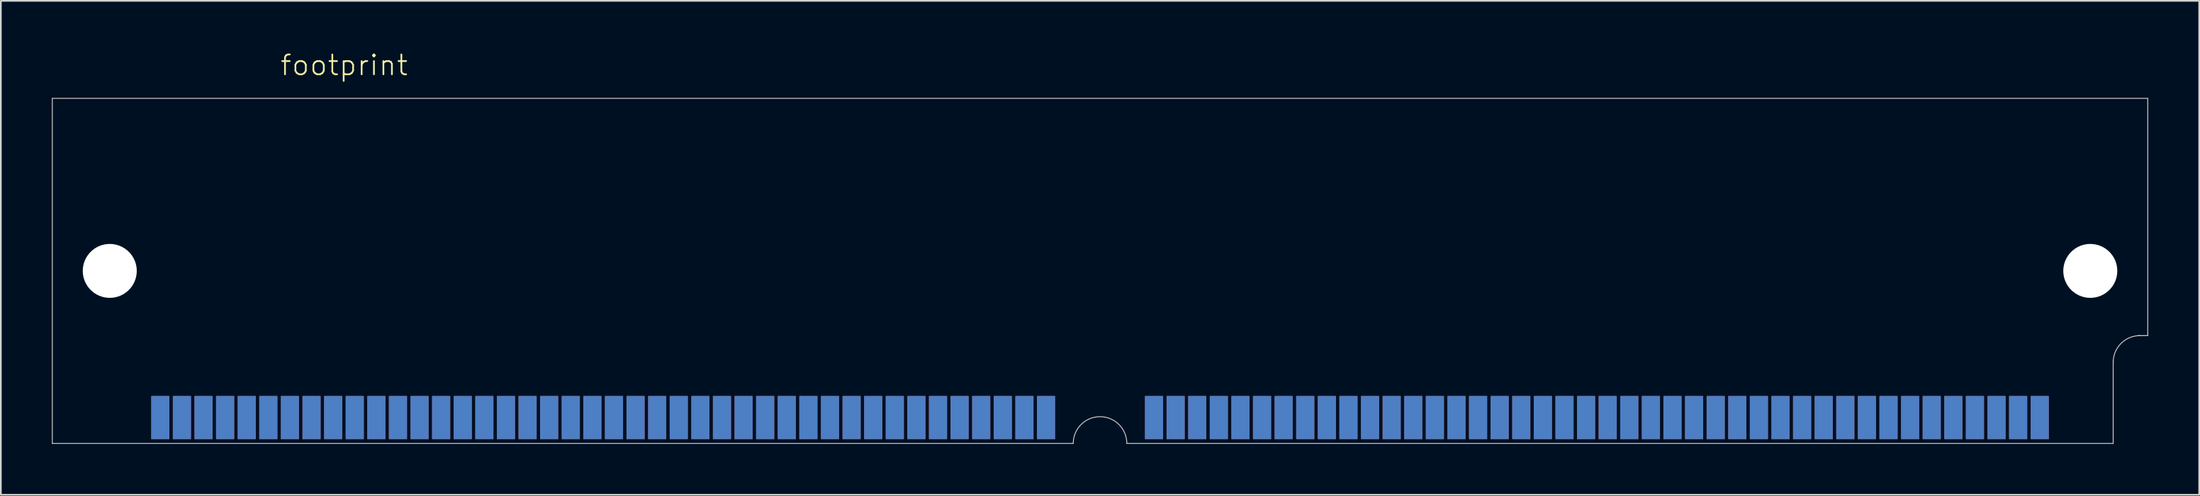
<source format=kicad_pcb>
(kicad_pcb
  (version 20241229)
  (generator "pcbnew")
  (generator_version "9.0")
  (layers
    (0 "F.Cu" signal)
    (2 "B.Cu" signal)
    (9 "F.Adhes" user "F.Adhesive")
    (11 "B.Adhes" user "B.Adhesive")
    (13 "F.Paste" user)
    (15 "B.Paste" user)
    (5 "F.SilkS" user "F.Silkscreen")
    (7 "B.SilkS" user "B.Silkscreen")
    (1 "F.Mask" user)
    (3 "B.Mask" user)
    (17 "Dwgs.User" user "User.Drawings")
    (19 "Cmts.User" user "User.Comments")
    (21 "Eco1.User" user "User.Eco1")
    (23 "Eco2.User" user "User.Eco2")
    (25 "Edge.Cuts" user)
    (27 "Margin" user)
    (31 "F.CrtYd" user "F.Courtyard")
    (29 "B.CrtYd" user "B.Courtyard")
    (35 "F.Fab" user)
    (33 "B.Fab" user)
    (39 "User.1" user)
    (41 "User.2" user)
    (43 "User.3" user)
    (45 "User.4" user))
  (footprint "footprint"
    (layer "F.Cu")
    (at 61.62 12.903)
    (property "Reference" "footprint" (at -48.26 -11.43 0) (layer "F.SilkS") (effects (font (size 1.168 1.168) (thickness 0.102)) (justify left bottom)))
    (fp_line (start -61.595 -10.16) (end -61.595 10.16) (stroke (width 0.05) (type solid)) (layer "Edge.Cuts"))
    (fp_line (start -61.595 10.16) (end -1.575 10.16) (stroke (width 0.05) (type solid)) (layer "Edge.Cuts"))
    (fp_line (start 1.575 10.16) (end 59.563 10.16) (stroke (width 0.05) (type solid)) (layer "Edge.Cuts"))
    (fp_line (start 59.563 10.16) (end 59.563 5.309) (stroke (width 0.05) (type solid)) (layer "Edge.Cuts"))
    (fp_line (start 61.595 -10.16) (end -61.595 -10.16) (stroke (width 0.05) (type solid)) (layer "Edge.Cuts"))
    (fp_line (start 61.595 3.81) (end 61.036 3.81) (stroke (width 0.05) (type solid)) (layer "Edge.Cuts"))
    (fp_line (start 61.595 3.81) (end 61.595 -10.16) (stroke (width 0.05) (type solid)) (layer "Edge.Cuts"))
    (fp_arc (start -1.5748 10.16) (mid 0 8.5852) (end 1.5748 10.16) (stroke (width 0.05) (type solid)) (layer "Edge.Cuts"))
    (fp_arc (start 59.563 5.3848) (mid 60.024248 4.271248) (end 61.1378 3.81) (stroke (width 0.05) (type solid)) (layer "Edge.Cuts"))
    (pad "" np_thru_hole circle (at -58.217 0) (size 3.175 3.175) (drill 3.175) (layers "*.Cu" "*.Mask"))
    (pad "" np_thru_hole circle (at 58.217 0) (size 3.175 3.175) (drill 3.175) (layers "*.Cu" "*.Mask"))
    (pad "1" smd rect (at 55.245 8.636) (size 1.067 2.54) (layers "F.Cu" "F.Mask" "F.Paste"))
    (pad "2" smd rect (at 53.975 8.636) (size 1.067 2.54) (layers "F.Cu" "F.Mask" "F.Paste"))
    (pad "3" smd rect (at 52.705 8.636) (size 1.067 2.54) (layers "F.Cu" "F.Mask" "F.Paste"))
    (pad "4" smd rect (at 51.435 8.636) (size 1.067 2.54) (layers "F.Cu" "F.Mask" "F.Paste"))
    (pad "5" smd rect (at 50.165 8.636) (size 1.067 2.54) (layers "F.Cu" "F.Mask" "F.Paste"))
    (pad "6" smd rect (at 48.895 8.636) (size 1.067 2.54) (layers "F.Cu" "F.Mask" "F.Paste"))
    (pad "7" smd rect (at 47.625 8.636) (size 1.067 2.54) (layers "F.Cu" "F.Mask" "F.Paste"))
    (pad "8" smd rect (at 46.355 8.636) (size 1.067 2.54) (layers "F.Cu" "F.Mask" "F.Paste"))
    (pad "9" smd rect (at 45.085 8.636) (size 1.067 2.54) (layers "F.Cu" "F.Mask" "F.Paste"))
    (pad "10" smd rect (at 43.815 8.636) (size 1.067 2.54) (layers "F.Cu" "F.Mask" "F.Paste"))
    (pad "11" smd rect (at 42.545 8.636) (size 1.067 2.54) (layers "F.Cu" "F.Mask" "F.Paste"))
    (pad "12" smd rect (at 41.275 8.636) (size 1.067 2.54) (layers "F.Cu" "F.Mask" "F.Paste"))
    (pad "13" smd rect (at 40.005 8.636) (size 1.067 2.54) (layers "F.Cu" "F.Mask" "F.Paste"))
    (pad "14" smd rect (at 38.735 8.636) (size 1.067 2.54) (layers "F.Cu" "F.Mask" "F.Paste"))
    (pad "15" smd rect (at 37.465 8.636) (size 1.067 2.54) (layers "F.Cu" "F.Mask" "F.Paste"))
    (pad "16" smd rect (at 36.195 8.636) (size 1.067 2.54) (layers "F.Cu" "F.Mask" "F.Paste"))
    (pad "17" smd rect (at 34.925 8.636) (size 1.067 2.54) (layers "F.Cu" "F.Mask" "F.Paste"))
    (pad "18" smd rect (at 33.655 8.636) (size 1.067 2.54) (layers "F.Cu" "F.Mask" "F.Paste"))
    (pad "19" smd rect (at 32.385 8.636) (size 1.067 2.54) (layers "F.Cu" "F.Mask" "F.Paste"))
    (pad "20" smd rect (at 31.115 8.636) (size 1.067 2.54) (layers "F.Cu" "F.Mask" "F.Paste"))
    (pad "21" smd rect (at 29.845 8.636) (size 1.067 2.54) (layers "F.Cu" "F.Mask" "F.Paste"))
    (pad "22" smd rect (at 28.575 8.636) (size 1.067 2.54) (layers "F.Cu" "F.Mask" "F.Paste"))
    (pad "23" smd rect (at 27.305 8.636) (size 1.067 2.54) (layers "F.Cu" "F.Mask" "F.Paste"))
    (pad "24" smd rect (at 26.035 8.636) (size 1.067 2.54) (layers "F.Cu" "F.Mask" "F.Paste"))
    (pad "25" smd rect (at 24.765 8.636) (size 1.067 2.54) (layers "F.Cu" "F.Mask" "F.Paste"))
    (pad "26" smd rect (at 23.495 8.636) (size 1.067 2.54) (layers "F.Cu" "F.Mask" "F.Paste"))
    (pad "27" smd rect (at 22.225 8.636) (size 1.067 2.54) (layers "F.Cu" "F.Mask" "F.Paste"))
    (pad "28" smd rect (at 20.955 8.636) (size 1.067 2.54) (layers "F.Cu" "F.Mask" "F.Paste"))
    (pad "29" smd rect (at 19.685 8.636) (size 1.067 2.54) (layers "F.Cu" "F.Mask" "F.Paste"))
    (pad "30" smd rect (at 18.415 8.636) (size 1.067 2.54) (layers "F.Cu" "F.Mask" "F.Paste"))
    (pad "31" smd rect (at 17.145 8.636) (size 1.067 2.54) (layers "F.Cu" "F.Mask" "F.Paste"))
    (pad "32" smd rect (at 15.875 8.636) (size 1.067 2.54) (layers "F.Cu" "F.Mask" "F.Paste"))
    (pad "33" smd rect (at 14.605 8.636) (size 1.067 2.54) (layers "F.Cu" "F.Mask" "F.Paste"))
    (pad "34" smd rect (at 13.335 8.636) (size 1.067 2.54) (layers "F.Cu" "F.Mask" "F.Paste"))
    (pad "35" smd rect (at 12.065 8.636) (size 1.067 2.54) (layers "F.Cu" "F.Mask" "F.Paste"))
    (pad "36" smd rect (at 10.795 8.636) (size 1.067 2.54) (layers "F.Cu" "F.Mask" "F.Paste"))
    (pad "37" smd rect (at 9.525 8.636) (size 1.067 2.54) (layers "F.Cu" "F.Mask" "F.Paste"))
    (pad "38" smd rect (at 8.255 8.636) (size 1.067 2.54) (layers "F.Cu" "F.Mask" "F.Paste"))
    (pad "39" smd rect (at 6.985 8.636) (size 1.067 2.54) (layers "F.Cu" "F.Mask" "F.Paste"))
    (pad "40" smd rect (at 5.715 8.636) (size 1.067 2.54) (layers "F.Cu" "F.Mask" "F.Paste"))
    (pad "41" smd rect (at 4.445 8.636) (size 1.067 2.54) (layers "F.Cu" "F.Mask" "F.Paste"))
    (pad "42" smd rect (at 3.175 8.636) (size 1.067 2.54) (layers "F.Cu" "F.Mask" "F.Paste"))
    (pad "43" smd rect (at -3.175 8.636) (size 1.067 2.54) (layers "F.Cu" "F.Mask" "F.Paste"))
    (pad "44" smd rect (at -4.445 8.636) (size 1.067 2.54) (layers "F.Cu" "F.Mask" "F.Paste"))
    (pad "45" smd rect (at -5.715 8.636) (size 1.067 2.54) (layers "F.Cu" "F.Mask" "F.Paste"))
    (pad "46" smd rect (at -6.985 8.636) (size 1.067 2.54) (layers "F.Cu" "F.Mask" "F.Paste"))
    (pad "47" smd rect (at -8.255 8.636) (size 1.067 2.54) (layers "F.Cu" "F.Mask" "F.Paste"))
    (pad "48" smd rect (at -9.525 8.636) (size 1.067 2.54) (layers "F.Cu" "F.Mask" "F.Paste"))
    (pad "49" smd rect (at -10.795 8.636) (size 1.067 2.54) (layers "F.Cu" "F.Mask" "F.Paste"))
    (pad "50" smd rect (at -12.065 8.636) (size 1.067 2.54) (layers "F.Cu" "F.Mask" "F.Paste"))
    (pad "51" smd rect (at -13.335 8.636) (size 1.067 2.54) (layers "F.Cu" "F.Mask" "F.Paste"))
    (pad "52" smd rect (at -14.605 8.636) (size 1.067 2.54) (layers "F.Cu" "F.Mask" "F.Paste"))
    (pad "53" smd rect (at -15.875 8.636) (size 1.067 2.54) (layers "F.Cu" "F.Mask" "F.Paste"))
    (pad "54" smd rect (at -17.145 8.636) (size 1.067 2.54) (layers "F.Cu" "F.Mask" "F.Paste"))
    (pad "55" smd rect (at -18.415 8.636) (size 1.067 2.54) (layers "F.Cu" "F.Mask" "F.Paste"))
    (pad "56" smd rect (at -19.685 8.636) (size 1.067 2.54) (layers "F.Cu" "F.Mask" "F.Paste"))
    (pad "57" smd rect (at -20.955 8.636) (size 1.067 2.54) (layers "F.Cu" "F.Mask" "F.Paste"))
    (pad "58" smd rect (at -22.225 8.636) (size 1.067 2.54) (layers "F.Cu" "F.Mask" "F.Paste"))
    (pad "59" smd rect (at -23.495 8.636) (size 1.067 2.54) (layers "F.Cu" "F.Mask" "F.Paste"))
    (pad "60" smd rect (at -24.765 8.636) (size 1.067 2.54) (layers "F.Cu" "F.Mask" "F.Paste"))
    (pad "61" smd rect (at -26.035 8.636) (size 1.067 2.54) (layers "F.Cu" "F.Mask" "F.Paste"))
    (pad "62" smd rect (at -27.305 8.636) (size 1.067 2.54) (layers "F.Cu" "F.Mask" "F.Paste"))
    (pad "63" smd rect (at -28.575 8.636) (size 1.067 2.54) (layers "F.Cu" "F.Mask" "F.Paste"))
    (pad "64" smd rect (at -29.845 8.636) (size 1.067 2.54) (layers "F.Cu" "F.Mask" "F.Paste"))
    (pad "65" smd rect (at -31.115 8.636) (size 1.067 2.54) (layers "F.Cu" "F.Mask" "F.Paste"))
    (pad "66" smd rect (at -32.385 8.636) (size 1.067 2.54) (layers "F.Cu" "F.Mask" "F.Paste"))
    (pad "67" smd rect (at -33.655 8.636) (size 1.067 2.54) (layers "F.Cu" "F.Mask" "F.Paste"))
    (pad "68" smd rect (at -34.925 8.636) (size 1.067 2.54) (layers "F.Cu" "F.Mask" "F.Paste"))
    (pad "69" smd rect (at -36.195 8.636) (size 1.067 2.54) (layers "F.Cu" "F.Mask" "F.Paste"))
    (pad "70" smd rect (at -37.465 8.636) (size 1.067 2.54) (layers "F.Cu" "F.Mask" "F.Paste"))
    (pad "71" smd rect (at -38.735 8.636) (size 1.067 2.54) (layers "F.Cu" "F.Mask" "F.Paste"))
    (pad "72" smd rect (at -40.005 8.636) (size 1.067 2.54) (layers "F.Cu" "F.Mask" "F.Paste"))
    (pad "73" smd rect (at -41.275 8.636) (size 1.067 2.54) (layers "F.Cu" "F.Mask" "F.Paste"))
    (pad "74" smd rect (at -42.545 8.636) (size 1.067 2.54) (layers "F.Cu" "F.Mask" "F.Paste"))
    (pad "75" smd rect (at -43.815 8.636) (size 1.067 2.54) (layers "F.Cu" "F.Mask" "F.Paste"))
    (pad "76" smd rect (at -45.085 8.636) (size 1.067 2.54) (layers "F.Cu" "F.Mask" "F.Paste"))
    (pad "77" smd rect (at -46.355 8.636) (size 1.067 2.54) (layers "F.Cu" "F.Mask" "F.Paste"))
    (pad "78" smd rect (at -47.625 8.636) (size 1.067 2.54) (layers "F.Cu" "F.Mask" "F.Paste"))
    (pad "79" smd rect (at -48.895 8.636) (size 1.067 2.54) (layers "F.Cu" "F.Mask" "F.Paste"))
    (pad "80" smd rect (at -50.165 8.636) (size 1.067 2.54) (layers "F.Cu" "F.Mask" "F.Paste"))
    (pad "81" smd rect (at -51.435 8.636) (size 1.067 2.54) (layers "F.Cu" "F.Mask" "F.Paste"))
    (pad "82" smd rect (at -52.705 8.636) (size 1.067 2.54) (layers "F.Cu" "F.Mask" "F.Paste"))
    (pad "83" smd rect (at -53.975 8.636) (size 1.067 2.54) (layers "F.Cu" "F.Mask" "F.Paste"))
    (pad "84" smd rect (at -55.245 8.636) (size 1.067 2.54) (layers "F.Cu" "F.Mask" "F.Paste"))
    (pad "85" smd rect (at 55.245 8.636) (size 1.067 2.54) (layers "B.Cu" "B.Mask" "B.Paste"))
    (pad "86" smd rect (at 53.975 8.636) (size 1.067 2.54) (layers "B.Cu" "B.Mask" "B.Paste"))
    (pad "87" smd rect (at 52.705 8.636) (size 1.067 2.54) (layers "B.Cu" "B.Mask" "B.Paste"))
    (pad "88" smd rect (at 51.435 8.636) (size 1.067 2.54) (layers "B.Cu" "B.Mask" "B.Paste"))
    (pad "89" smd rect (at 50.165 8.636) (size 1.067 2.54) (layers "B.Cu" "B.Mask" "B.Paste"))
    (pad "90" smd rect (at 48.895 8.636) (size 1.067 2.54) (layers "B.Cu" "B.Mask" "B.Paste"))
    (pad "91" smd rect (at 47.625 8.636) (size 1.067 2.54) (layers "B.Cu" "B.Mask" "B.Paste"))
    (pad "92" smd rect (at 46.355 8.636) (size 1.067 2.54) (layers "B.Cu" "B.Mask" "B.Paste"))
    (pad "93" smd rect (at 45.085 8.636) (size 1.067 2.54) (layers "B.Cu" "B.Mask" "B.Paste"))
    (pad "94" smd rect (at 43.815 8.636) (size 1.067 2.54) (layers "B.Cu" "B.Mask" "B.Paste"))
    (pad "95" smd rect (at 42.545 8.636) (size 1.067 2.54) (layers "B.Cu" "B.Mask" "B.Paste"))
    (pad "96" smd rect (at 41.275 8.636) (size 1.067 2.54) (layers "B.Cu" "B.Mask" "B.Paste"))
    (pad "97" smd rect (at 40.005 8.636) (size 1.067 2.54) (layers "B.Cu" "B.Mask" "B.Paste"))
    (pad "98" smd rect (at 38.735 8.636) (size 1.067 2.54) (layers "B.Cu" "B.Mask" "B.Paste"))
    (pad "99" smd rect (at 37.465 8.636) (size 1.067 2.54) (layers "B.Cu" "B.Mask" "B.Paste"))
    (pad "100" smd rect (at 36.195 8.636) (size 1.067 2.54) (layers "B.Cu" "B.Mask" "B.Paste"))
    (pad "101" smd rect (at 34.925 8.636) (size 1.067 2.54) (layers "B.Cu" "B.Mask" "B.Paste"))
    (pad "102" smd rect (at 33.655 8.636) (size 1.067 2.54) (layers "B.Cu" "B.Mask" "B.Paste"))
    (pad "103" smd rect (at 32.385 8.636) (size 1.067 2.54) (layers "B.Cu" "B.Mask" "B.Paste"))
    (pad "104" smd rect (at 31.115 8.636) (size 1.067 2.54) (layers "B.Cu" "B.Mask" "B.Paste"))
    (pad "105" smd rect (at 29.845 8.636) (size 1.067 2.54) (layers "B.Cu" "B.Mask" "B.Paste"))
    (pad "106" smd rect (at 28.575 8.636) (size 1.067 2.54) (layers "B.Cu" "B.Mask" "B.Paste"))
    (pad "107" smd rect (at 27.305 8.636) (size 1.067 2.54) (layers "B.Cu" "B.Mask" "B.Paste"))
    (pad "108" smd rect (at 26.035 8.636) (size 1.067 2.54) (layers "B.Cu" "B.Mask" "B.Paste"))
    (pad "109" smd rect (at 24.765 8.636) (size 1.067 2.54) (layers "B.Cu" "B.Mask" "B.Paste"))
    (pad "110" smd rect (at 23.495 8.636) (size 1.067 2.54) (layers "B.Cu" "B.Mask" "B.Paste"))
    (pad "111" smd rect (at 22.225 8.636) (size 1.067 2.54) (layers "B.Cu" "B.Mask" "B.Paste"))
    (pad "112" smd rect (at 20.955 8.636) (size 1.067 2.54) (layers "B.Cu" "B.Mask" "B.Paste"))
    (pad "113" smd rect (at 19.685 8.636) (size 1.067 2.54) (layers "B.Cu" "B.Mask" "B.Paste"))
    (pad "114" smd rect (at 18.415 8.636) (size 1.067 2.54) (layers "B.Cu" "B.Mask" "B.Paste"))
    (pad "115" smd rect (at 17.145 8.636) (size 1.067 2.54) (layers "B.Cu" "B.Mask" "B.Paste"))
    (pad "116" smd rect (at 15.875 8.636) (size 1.067 2.54) (layers "B.Cu" "B.Mask" "B.Paste"))
    (pad "117" smd rect (at 14.605 8.636) (size 1.067 2.54) (layers "B.Cu" "B.Mask" "B.Paste"))
    (pad "118" smd rect (at 13.335 8.636) (size 1.067 2.54) (layers "B.Cu" "B.Mask" "B.Paste"))
    (pad "119" smd rect (at 12.065 8.636) (size 1.067 2.54) (layers "B.Cu" "B.Mask" "B.Paste"))
    (pad "120" smd rect (at 10.795 8.636) (size 1.067 2.54) (layers "B.Cu" "B.Mask" "B.Paste"))
    (pad "121" smd rect (at 9.525 8.636) (size 1.067 2.54) (layers "B.Cu" "B.Mask" "B.Paste"))
    (pad "122" smd rect (at 8.255 8.636) (size 1.067 2.54) (layers "B.Cu" "B.Mask" "B.Paste"))
    (pad "123" smd rect (at 6.985 8.636) (size 1.067 2.54) (layers "B.Cu" "B.Mask" "B.Paste"))
    (pad "124" smd rect (at 5.715 8.636) (size 1.067 2.54) (layers "B.Cu" "B.Mask" "B.Paste"))
    (pad "125" smd rect (at 4.445 8.636) (size 1.067 2.54) (layers "B.Cu" "B.Mask" "B.Paste"))
    (pad "126" smd rect (at 3.175 8.636) (size 1.067 2.54) (layers "B.Cu" "B.Mask" "B.Paste"))
    (pad "127" smd rect (at -3.175 8.636) (size 1.067 2.54) (layers "B.Cu" "B.Mask" "B.Paste"))
    (pad "128" smd rect (at -4.445 8.636) (size 1.067 2.54) (layers "B.Cu" "B.Mask" "B.Paste"))
    (pad "129" smd rect (at -5.715 8.636) (size 1.067 2.54) (layers "B.Cu" "B.Mask" "B.Paste"))
    (pad "130" smd rect (at -6.985 8.636) (size 1.067 2.54) (layers "B.Cu" "B.Mask" "B.Paste"))
    (pad "131" smd rect (at -8.255 8.636) (size 1.067 2.54) (layers "B.Cu" "B.Mask" "B.Paste"))
    (pad "132" smd rect (at -9.525 8.636) (size 1.067 2.54) (layers "B.Cu" "B.Mask" "B.Paste"))
    (pad "133" smd rect (at -10.795 8.636) (size 1.067 2.54) (layers "B.Cu" "B.Mask" "B.Paste"))
    (pad "134" smd rect (at -12.065 8.636) (size 1.067 2.54) (layers "B.Cu" "B.Mask" "B.Paste"))
    (pad "135" smd rect (at -13.335 8.636) (size 1.067 2.54) (layers "B.Cu" "B.Mask" "B.Paste"))
    (pad "136" smd rect (at -14.605 8.636) (size 1.067 2.54) (layers "B.Cu" "B.Mask" "B.Paste"))
    (pad "137" smd rect (at -15.875 8.636) (size 1.067 2.54) (layers "B.Cu" "B.Mask" "B.Paste"))
    (pad "138" smd rect (at -17.145 8.636) (size 1.067 2.54) (layers "B.Cu" "B.Mask" "B.Paste"))
    (pad "139" smd rect (at -18.415 8.636) (size 1.067 2.54) (layers "B.Cu" "B.Mask" "B.Paste"))
    (pad "140" smd rect (at -19.685 8.636) (size 1.067 2.54) (layers "B.Cu" "B.Mask" "B.Paste"))
    (pad "141" smd rect (at -20.955 8.636) (size 1.067 2.54) (layers "B.Cu" "B.Mask" "B.Paste"))
    (pad "142" smd rect (at -22.225 8.636) (size 1.067 2.54) (layers "B.Cu" "B.Mask" "B.Paste"))
    (pad "143" smd rect (at -23.495 8.636) (size 1.067 2.54) (layers "B.Cu" "B.Mask" "B.Paste"))
    (pad "144" smd rect (at -24.765 8.636) (size 1.067 2.54) (layers "B.Cu" "B.Mask" "B.Paste"))
    (pad "145" smd rect (at -26.035 8.636) (size 1.067 2.54) (layers "B.Cu" "B.Mask" "B.Paste"))
    (pad "146" smd rect (at -27.305 8.636) (size 1.067 2.54) (layers "B.Cu" "B.Mask" "B.Paste"))
    (pad "147" smd rect (at -28.575 8.636) (size 1.067 2.54) (layers "B.Cu" "B.Mask" "B.Paste"))
    (pad "148" smd rect (at -29.845 8.636) (size 1.067 2.54) (layers "B.Cu" "B.Mask" "B.Paste"))
    (pad "149" smd rect (at -31.115 8.636) (size 1.067 2.54) (layers "B.Cu" "B.Mask" "B.Paste"))
    (pad "150" smd rect (at -32.385 8.636) (size 1.067 2.54) (layers "B.Cu" "B.Mask" "B.Paste"))
    (pad "151" smd rect (at -33.655 8.636) (size 1.067 2.54) (layers "B.Cu" "B.Mask" "B.Paste"))
    (pad "152" smd rect (at -34.925 8.636) (size 1.067 2.54) (layers "B.Cu" "B.Mask" "B.Paste"))
    (pad "153" smd rect (at -36.195 8.636) (size 1.067 2.54) (layers "B.Cu" "B.Mask" "B.Paste"))
    (pad "154" smd rect (at -37.465 8.636) (size 1.067 2.54) (layers "B.Cu" "B.Mask" "B.Paste"))
    (pad "155" smd rect (at -38.735 8.636) (size 1.067 2.54) (layers "B.Cu" "B.Mask" "B.Paste"))
    (pad "156" smd rect (at -40.005 8.636) (size 1.067 2.54) (layers "B.Cu" "B.Mask" "B.Paste"))
    (pad "157" smd rect (at -41.275 8.636) (size 1.067 2.54) (layers "B.Cu" "B.Mask" "B.Paste"))
    (pad "158" smd rect (at -42.545 8.636) (size 1.067 2.54) (layers "B.Cu" "B.Mask" "B.Paste"))
    (pad "159" smd rect (at -43.815 8.636) (size 1.067 2.54) (layers "B.Cu" "B.Mask" "B.Paste"))
    (pad "160" smd rect (at -45.085 8.636) (size 1.067 2.54) (layers "B.Cu" "B.Mask" "B.Paste"))
    (pad "161" smd rect (at -46.355 8.636) (size 1.067 2.54) (layers "B.Cu" "B.Mask" "B.Paste"))
    (pad "162" smd rect (at -47.625 8.636) (size 1.067 2.54) (layers "B.Cu" "B.Mask" "B.Paste"))
    (pad "163" smd rect (at -48.895 8.636) (size 1.067 2.54) (layers "B.Cu" "B.Mask" "B.Paste"))
    (pad "164" smd rect (at -50.165 8.636) (size 1.067 2.54) (layers "B.Cu" "B.Mask" "B.Paste"))
    (pad "165" smd rect (at -51.435 8.636) (size 1.067 2.54) (layers "B.Cu" "B.Mask" "B.Paste"))
    (pad "166" smd rect (at -52.705 8.636) (size 1.067 2.54) (layers "B.Cu" "B.Mask" "B.Paste"))
    (pad "167" smd rect (at -53.975 8.636) (size 1.067 2.54) (layers "B.Cu" "B.Mask" "B.Paste"))
    (pad "168" smd rect (at -55.245 8.636) (size 1.067 2.54) (layers "B.Cu" "B.Mask" "B.Paste")))
  (gr_rect
    (start -3 -3)
    (end 126.24 26.088)
    (stroke (width 0.1) (type default))
    (fill no)
    (layer "Edge.Cuts")))
</source>
